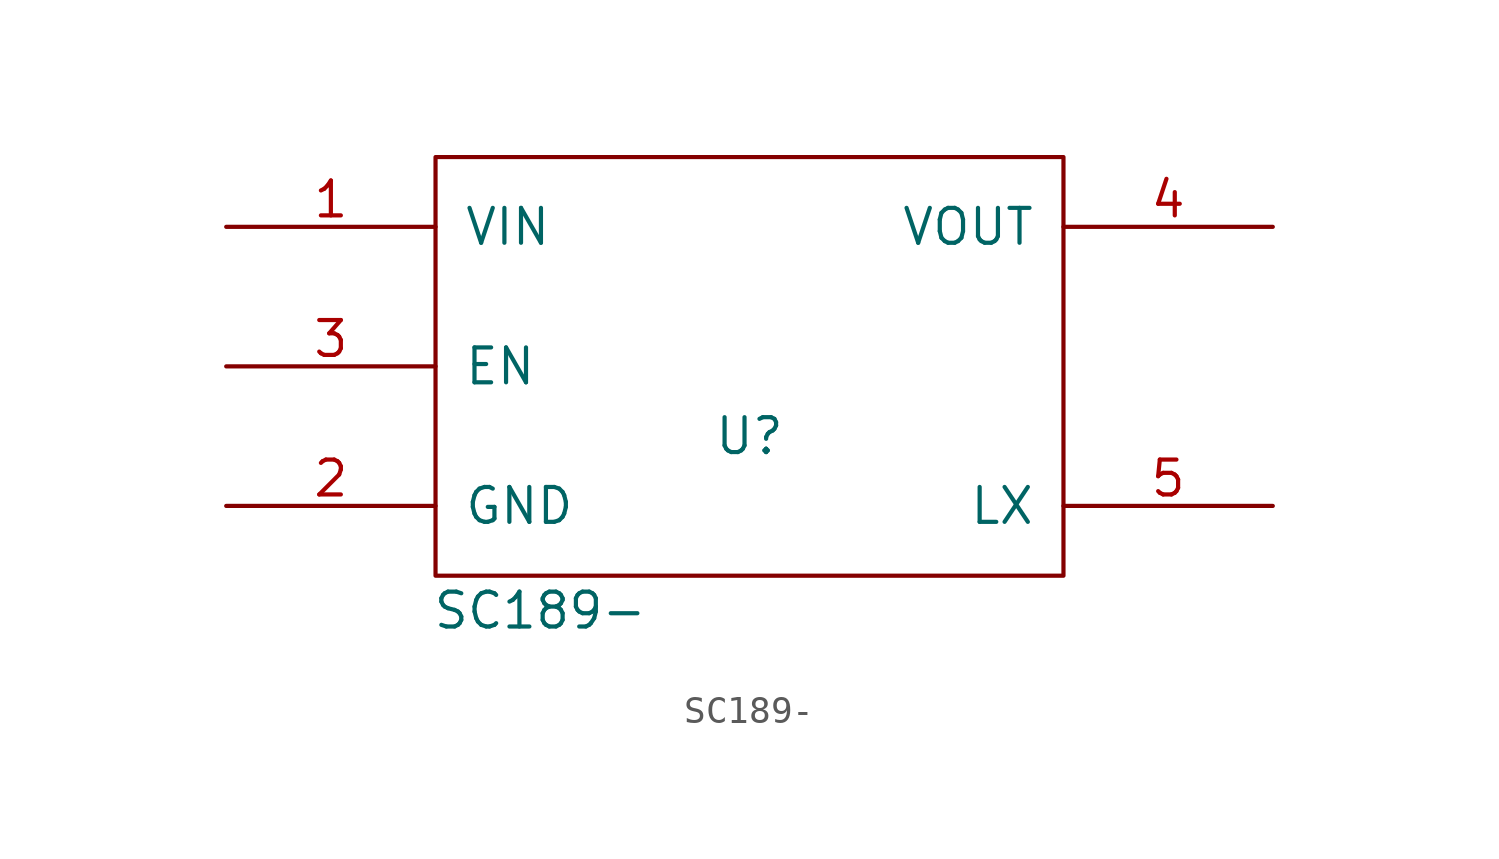
<source format=kicad_sym>
(kicad_symbol_lib
  (version 20231120)
  (generator "kicad_symbol_editor")
  (generator_version "8.0")
  (symbol "SC189-"
    (pin_names
      (offset 1.016))
    (property "Reference" "U"
      (at 0 -2.54 0)
      (effects (font (size 1.27 1.27))))
    (property "Value" "SC189-"
      (at -7.62 -8.89 0)
      (effects (font (size 1.27 1.27))))
    (symbol "SC189-_1_0"
      (rectangle (start -11.43 -7.62) (end 11.43 7.62) (stroke (width 0) (type solid)) (fill (type none))))
    (symbol "SC189-_1_1"
      (pin power_in line (at -19.05 5.08 0) (length 7.62) (name "VIN" (effects (font (size 1.27 1.27)))) (number "1" (effects (font (size 1.27 1.27)))))
      (pin input line (at -19.05 -5.08 0) (length 7.62) (name "GND" (effects (font (size 1.27 1.27)))) (number "2" (effects (font (size 1.27 1.27)))))
      (pin input line (at -19.05 0 0) (length 7.62) (name "EN" (effects (font (size 1.27 1.27)))) (number "3" (effects (font (size 1.27 1.27)))))
      (pin power_out line (at 19.05 5.08 180) (length 7.62) (name "VOUT" (effects (font (size 1.27 1.27)))) (number "4" (effects (font (size 1.27 1.27)))))
      (pin input line (at 19.05 -5.08 180) (length 7.62) (name "LX" (effects (font (size 1.27 1.27)))) (number "5" (effects (font (size 1.27 1.27))))))))
</source>
